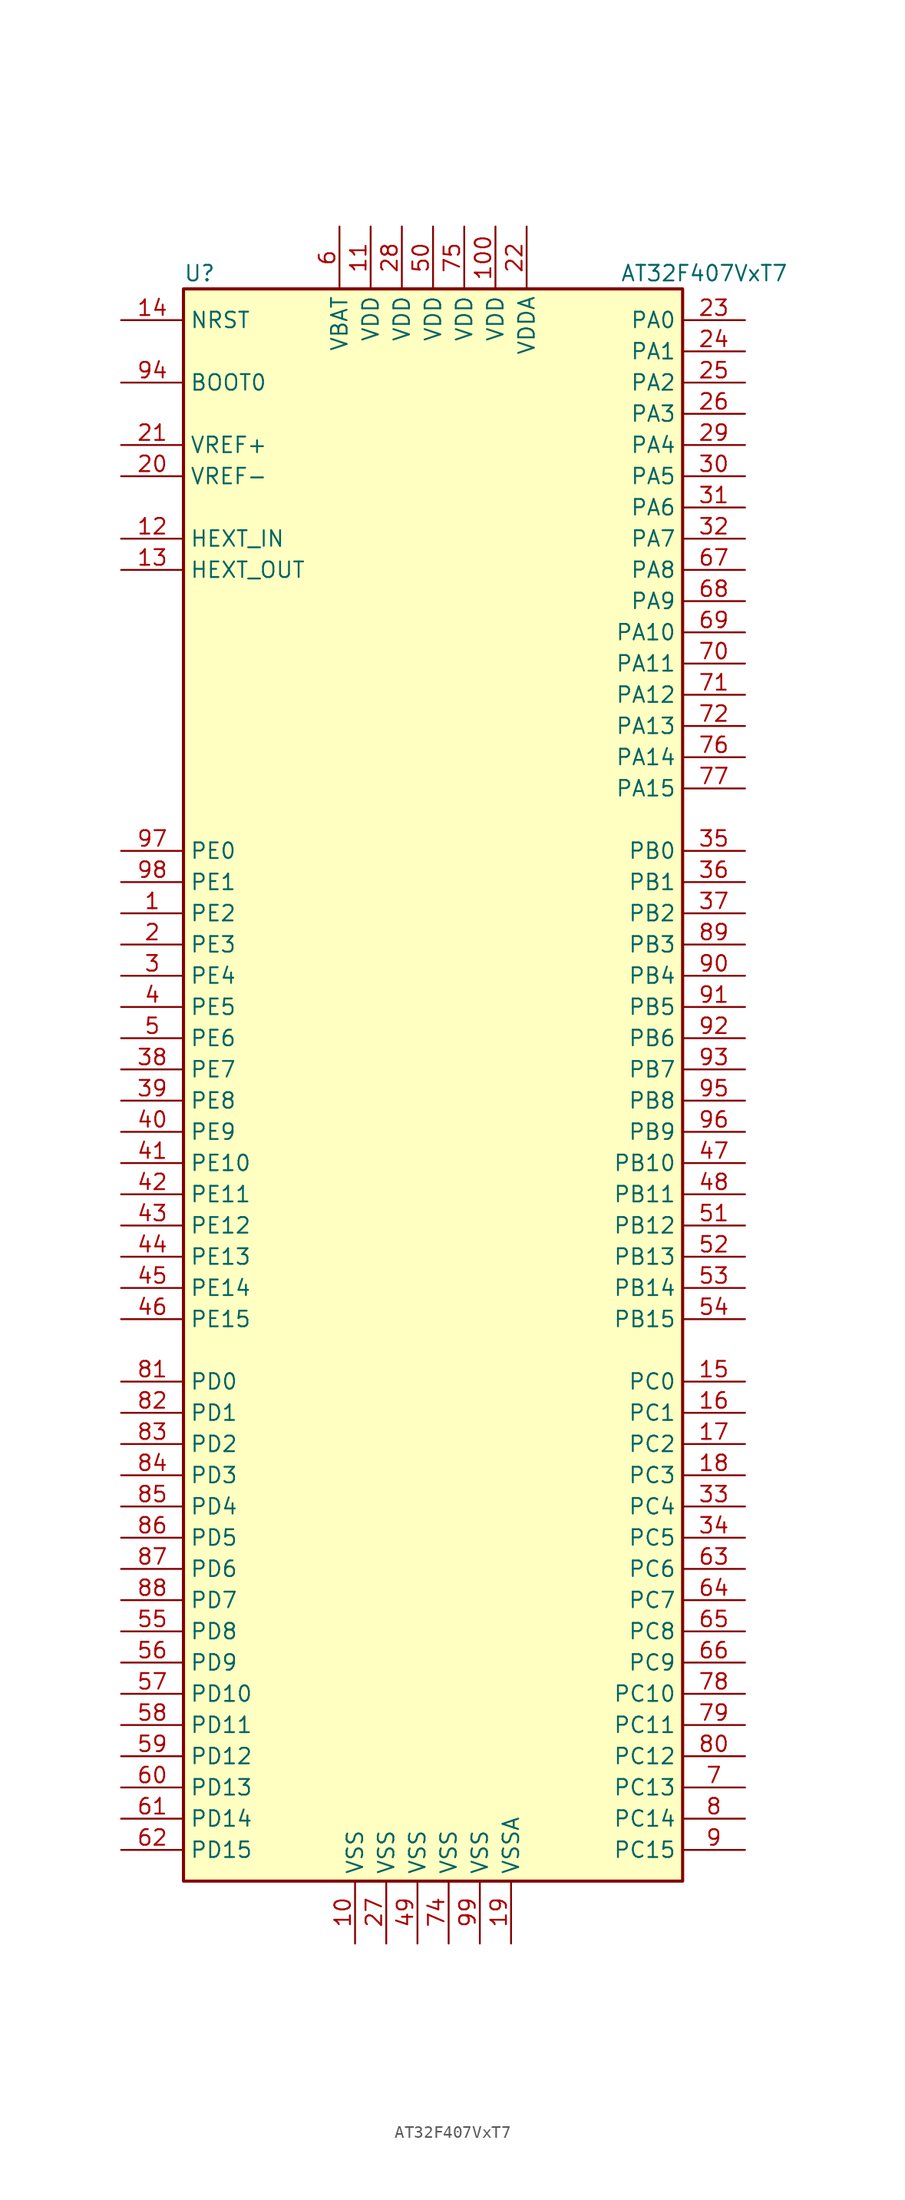
<source format=kicad_sym>
(kicad_symbol_lib
  (version 20220331)
  (generator kicad_symbol_editor)
  (symbol "AT32F407VxT7"
    (property "Reference" "U"
      (at -20.32 64.77 0)
      (effects (font (size 1.27 1.27)) (justify left)))
    (property "Value" "AT32F407VxT7"
      (at 15.24 64.77 0)
      (effects (font (size 1.27 1.27)) (justify left)))
    (symbol "AT32F407VxT7_0_1"
      (rectangle (start -20.32 63.5) (end 20.32 -66.04) (stroke (width 0.254) (type default)) (fill (type background))))
    (symbol "AT32F407VxT7_1_1"
      (pin bidirectional line (at -25.4 12.7 0) (length 5.08) (name "PE2" (effects (font (size 1.27 1.27)))) (number "1" (effects (font (size 1.27 1.27)))))
      (pin power_in line (at -6.35 -71.12 90) (length 5.08) (name "VSS" (effects (font (size 1.27 1.27)))) (number "10" (effects (font (size 1.27 1.27)))))
      (pin power_in line (at 5.08 68.58 270) (length 5.08) (name "VDD" (effects (font (size 1.27 1.27)))) (number "100" (effects (font (size 1.27 1.27)))))
      (pin power_in line (at -5.08 68.58 270) (length 5.08) (name "VDD" (effects (font (size 1.27 1.27)))) (number "11" (effects (font (size 1.27 1.27)))))
      (pin input line (at -25.4 43.18 0) (length 5.08) (name "HEXT_IN" (effects (font (size 1.27 1.27)))) (number "12" (effects (font (size 1.27 1.27)))))
      (pin input line (at -25.4 40.64 0) (length 5.08) (name "HEXT_OUT" (effects (font (size 1.27 1.27)))) (number "13" (effects (font (size 1.27 1.27)))))
      (pin input line (at -25.4 60.96 0) (length 5.08) (name "NRST" (effects (font (size 1.27 1.27)))) (number "14" (effects (font (size 1.27 1.27)))))
      (pin bidirectional line (at 25.4 -25.4 180) (length 5.08) (name "PC0" (effects (font (size 1.27 1.27)))) (number "15" (effects (font (size 1.27 1.27)))))
      (pin bidirectional line (at 25.4 -27.94 180) (length 5.08) (name "PC1" (effects (font (size 1.27 1.27)))) (number "16" (effects (font (size 1.27 1.27)))))
      (pin bidirectional line (at 25.4 -30.48 180) (length 5.08) (name "PC2" (effects (font (size 1.27 1.27)))) (number "17" (effects (font (size 1.27 1.27)))))
      (pin bidirectional line (at 25.4 -33.02 180) (length 5.08) (name "PC3" (effects (font (size 1.27 1.27)))) (number "18" (effects (font (size 1.27 1.27)))))
      (pin power_in line (at 6.35 -71.12 90) (length 5.08) (name "VSSA" (effects (font (size 1.27 1.27)))) (number "19" (effects (font (size 1.27 1.27)))))
      (pin bidirectional line (at -25.4 10.16 0) (length 5.08) (name "PE3" (effects (font (size 1.27 1.27)))) (number "2" (effects (font (size 1.27 1.27)))))
      (pin power_in line (at -25.4 48.26 0) (length 5.08) (name "VREF-" (effects (font (size 1.27 1.27)))) (number "20" (effects (font (size 1.27 1.27)))))
      (pin power_in line (at -25.4 50.8 0) (length 5.08) (name "VREF+" (effects (font (size 1.27 1.27)))) (number "21" (effects (font (size 1.27 1.27)))))
      (pin power_in line (at 7.62 68.58 270) (length 5.08) (name "VDDA" (effects (font (size 1.27 1.27)))) (number "22" (effects (font (size 1.27 1.27)))))
      (pin bidirectional line (at 25.4 60.96 180) (length 5.08) (name "PA0" (effects (font (size 1.27 1.27)))) (number "23" (effects (font (size 1.27 1.27)))))
      (pin bidirectional line (at 25.4 58.42 180) (length 5.08) (name "PA1" (effects (font (size 1.27 1.27)))) (number "24" (effects (font (size 1.27 1.27)))))
      (pin bidirectional line (at 25.4 55.88 180) (length 5.08) (name "PA2" (effects (font (size 1.27 1.27)))) (number "25" (effects (font (size 1.27 1.27)))))
      (pin bidirectional line (at 25.4 53.34 180) (length 5.08) (name "PA3" (effects (font (size 1.27 1.27)))) (number "26" (effects (font (size 1.27 1.27)))))
      (pin power_in line (at -3.81 -71.12 90) (length 5.08) (name "VSS" (effects (font (size 1.27 1.27)))) (number "27" (effects (font (size 1.27 1.27)))))
      (pin power_in line (at -2.54 68.58 270) (length 5.08) (name "VDD" (effects (font (size 1.27 1.27)))) (number "28" (effects (font (size 1.27 1.27)))))
      (pin bidirectional line (at 25.4 50.8 180) (length 5.08) (name "PA4" (effects (font (size 1.27 1.27)))) (number "29" (effects (font (size 1.27 1.27)))))
      (pin bidirectional line (at -25.4 7.62 0) (length 5.08) (name "PE4" (effects (font (size 1.27 1.27)))) (number "3" (effects (font (size 1.27 1.27)))))
      (pin bidirectional line (at 25.4 48.26 180) (length 5.08) (name "PA5" (effects (font (size 1.27 1.27)))) (number "30" (effects (font (size 1.27 1.27)))))
      (pin bidirectional line (at 25.4 45.72 180) (length 5.08) (name "PA6" (effects (font (size 1.27 1.27)))) (number "31" (effects (font (size 1.27 1.27)))))
      (pin bidirectional line (at 25.4 43.18 180) (length 5.08) (name "PA7" (effects (font (size 1.27 1.27)))) (number "32" (effects (font (size 1.27 1.27)))))
      (pin bidirectional line (at 25.4 -35.56 180) (length 5.08) (name "PC4" (effects (font (size 1.27 1.27)))) (number "33" (effects (font (size 1.27 1.27)))))
      (pin bidirectional line (at 25.4 -38.1 180) (length 5.08) (name "PC5" (effects (font (size 1.27 1.27)))) (number "34" (effects (font (size 1.27 1.27)))))
      (pin bidirectional line (at 25.4 17.78 180) (length 5.08) (name "PB0" (effects (font (size 1.27 1.27)))) (number "35" (effects (font (size 1.27 1.27)))))
      (pin bidirectional line (at 25.4 15.24 180) (length 5.08) (name "PB1" (effects (font (size 1.27 1.27)))) (number "36" (effects (font (size 1.27 1.27)))))
      (pin bidirectional line (at 25.4 12.7 180) (length 5.08) (name "PB2" (effects (font (size 1.27 1.27)))) (number "37" (effects (font (size 1.27 1.27)))))
      (pin bidirectional line (at -25.4 0 0) (length 5.08) (name "PE7" (effects (font (size 1.27 1.27)))) (number "38" (effects (font (size 1.27 1.27)))))
      (pin bidirectional line (at -25.4 -2.54 0) (length 5.08) (name "PE8" (effects (font (size 1.27 1.27)))) (number "39" (effects (font (size 1.27 1.27)))))
      (pin bidirectional line (at -25.4 5.08 0) (length 5.08) (name "PE5" (effects (font (size 1.27 1.27)))) (number "4" (effects (font (size 1.27 1.27)))))
      (pin bidirectional line (at -25.4 -5.08 0) (length 5.08) (name "PE9" (effects (font (size 1.27 1.27)))) (number "40" (effects (font (size 1.27 1.27)))))
      (pin bidirectional line (at -25.4 -7.62 0) (length 5.08) (name "PE10" (effects (font (size 1.27 1.27)))) (number "41" (effects (font (size 1.27 1.27)))))
      (pin bidirectional line (at -25.4 -10.16 0) (length 5.08) (name "PE11" (effects (font (size 1.27 1.27)))) (number "42" (effects (font (size 1.27 1.27)))))
      (pin bidirectional line (at -25.4 -12.7 0) (length 5.08) (name "PE12" (effects (font (size 1.27 1.27)))) (number "43" (effects (font (size 1.27 1.27)))))
      (pin bidirectional line (at -25.4 -15.24 0) (length 5.08) (name "PE13" (effects (font (size 1.27 1.27)))) (number "44" (effects (font (size 1.27 1.27)))))
      (pin bidirectional line (at -25.4 -17.78 0) (length 5.08) (name "PE14" (effects (font (size 1.27 1.27)))) (number "45" (effects (font (size 1.27 1.27)))))
      (pin bidirectional line (at -25.4 -20.32 0) (length 5.08) (name "PE15" (effects (font (size 1.27 1.27)))) (number "46" (effects (font (size 1.27 1.27)))))
      (pin bidirectional line (at 25.4 -7.62 180) (length 5.08) (name "PB10" (effects (font (size 1.27 1.27)))) (number "47" (effects (font (size 1.27 1.27)))))
      (pin bidirectional line (at 25.4 -10.16 180) (length 5.08) (name "PB11" (effects (font (size 1.27 1.27)))) (number "48" (effects (font (size 1.27 1.27)))))
      (pin power_in line (at -1.27 -71.12 90) (length 5.08) (name "VSS" (effects (font (size 1.27 1.27)))) (number "49" (effects (font (size 1.27 1.27)))))
      (pin bidirectional line (at -25.4 2.54 0) (length 5.08) (name "PE6" (effects (font (size 1.27 1.27)))) (number "5" (effects (font (size 1.27 1.27)))))
      (pin power_in line (at 0 68.58 270) (length 5.08) (name "VDD" (effects (font (size 1.27 1.27)))) (number "50" (effects (font (size 1.27 1.27)))))
      (pin bidirectional line (at 25.4 -12.7 180) (length 5.08) (name "PB12" (effects (font (size 1.27 1.27)))) (number "51" (effects (font (size 1.27 1.27)))))
      (pin bidirectional line (at 25.4 -15.24 180) (length 5.08) (name "PB13" (effects (font (size 1.27 1.27)))) (number "52" (effects (font (size 1.27 1.27)))))
      (pin bidirectional line (at 25.4 -17.78 180) (length 5.08) (name "PB14" (effects (font (size 1.27 1.27)))) (number "53" (effects (font (size 1.27 1.27)))))
      (pin bidirectional line (at 25.4 -20.32 180) (length 5.08) (name "PB15" (effects (font (size 1.27 1.27)))) (number "54" (effects (font (size 1.27 1.27)))))
      (pin bidirectional line (at -25.4 -45.72 0) (length 5.08) (name "PD8" (effects (font (size 1.27 1.27)))) (number "55" (effects (font (size 1.27 1.27)))))
      (pin bidirectional line (at -25.4 -48.26 0) (length 5.08) (name "PD9" (effects (font (size 1.27 1.27)))) (number "56" (effects (font (size 1.27 1.27)))))
      (pin bidirectional line (at -25.4 -50.8 0) (length 5.08) (name "PD10" (effects (font (size 1.27 1.27)))) (number "57" (effects (font (size 1.27 1.27)))))
      (pin bidirectional line (at -25.4 -53.34 0) (length 5.08) (name "PD11" (effects (font (size 1.27 1.27)))) (number "58" (effects (font (size 1.27 1.27)))))
      (pin bidirectional line (at -25.4 -55.88 0) (length 5.08) (name "PD12" (effects (font (size 1.27 1.27)))) (number "59" (effects (font (size 1.27 1.27)))))
      (pin power_in line (at -7.62 68.58 270) (length 5.08) (name "VBAT" (effects (font (size 1.27 1.27)))) (number "6" (effects (font (size 1.27 1.27)))))
      (pin bidirectional line (at -25.4 -58.42 0) (length 5.08) (name "PD13" (effects (font (size 1.27 1.27)))) (number "60" (effects (font (size 1.27 1.27)))))
      (pin bidirectional line (at -25.4 -60.96 0) (length 5.08) (name "PD14" (effects (font (size 1.27 1.27)))) (number "61" (effects (font (size 1.27 1.27)))))
      (pin bidirectional line (at -25.4 -63.5 0) (length 5.08) (name "PD15" (effects (font (size 1.27 1.27)))) (number "62" (effects (font (size 1.27 1.27)))))
      (pin bidirectional line (at 25.4 -40.64 180) (length 5.08) (name "PC6" (effects (font (size 1.27 1.27)))) (number "63" (effects (font (size 1.27 1.27)))))
      (pin bidirectional line (at 25.4 -43.18 180) (length 5.08) (name "PC7" (effects (font (size 1.27 1.27)))) (number "64" (effects (font (size 1.27 1.27)))))
      (pin bidirectional line (at 25.4 -45.72 180) (length 5.08) (name "PC8" (effects (font (size 1.27 1.27)))) (number "65" (effects (font (size 1.27 1.27)))))
      (pin bidirectional line (at 25.4 -48.26 180) (length 5.08) (name "PC9" (effects (font (size 1.27 1.27)))) (number "66" (effects (font (size 1.27 1.27)))))
      (pin bidirectional line (at 25.4 40.64 180) (length 5.08) (name "PA8" (effects (font (size 1.27 1.27)))) (number "67" (effects (font (size 1.27 1.27)))))
      (pin bidirectional line (at 25.4 38.1 180) (length 5.08) (name "PA9" (effects (font (size 1.27 1.27)))) (number "68" (effects (font (size 1.27 1.27)))))
      (pin bidirectional line (at 25.4 35.56 180) (length 5.08) (name "PA10" (effects (font (size 1.27 1.27)))) (number "69" (effects (font (size 1.27 1.27)))))
      (pin bidirectional line (at 25.4 -58.42 180) (length 5.08) (name "PC13" (effects (font (size 1.27 1.27)))) (number "7" (effects (font (size 1.27 1.27)))))
      (pin bidirectional line (at 25.4 33.02 180) (length 5.08) (name "PA11" (effects (font (size 1.27 1.27)))) (number "70" (effects (font (size 1.27 1.27)))))
      (pin bidirectional line (at 25.4 30.48 180) (length 5.08) (name "PA12" (effects (font (size 1.27 1.27)))) (number "71" (effects (font (size 1.27 1.27)))))
      (pin bidirectional line (at 25.4 27.94 180) (length 5.08) (name "PA13" (effects (font (size 1.27 1.27)))) (number "72" (effects (font (size 1.27 1.27)))))
      (pin no_connect line (at -25.4 25.4 0) (length 5.08) hide (name "NC" (effects (font (size 1.27 1.27)))) (number "73" (effects (font (size 1.27 1.27)))))
      (pin power_in line (at 1.27 -71.12 90) (length 5.08) (name "VSS" (effects (font (size 1.27 1.27)))) (number "74" (effects (font (size 1.27 1.27)))))
      (pin power_in line (at 2.54 68.58 270) (length 5.08) (name "VDD" (effects (font (size 1.27 1.27)))) (number "75" (effects (font (size 1.27 1.27)))))
      (pin bidirectional line (at 25.4 25.4 180) (length 5.08) (name "PA14" (effects (font (size 1.27 1.27)))) (number "76" (effects (font (size 1.27 1.27)))))
      (pin bidirectional line (at 25.4 22.86 180) (length 5.08) (name "PA15" (effects (font (size 1.27 1.27)))) (number "77" (effects (font (size 1.27 1.27)))))
      (pin bidirectional line (at 25.4 -50.8 180) (length 5.08) (name "PC10" (effects (font (size 1.27 1.27)))) (number "78" (effects (font (size 1.27 1.27)))))
      (pin bidirectional line (at 25.4 -53.34 180) (length 5.08) (name "PC11" (effects (font (size 1.27 1.27)))) (number "79" (effects (font (size 1.27 1.27)))))
      (pin bidirectional line (at 25.4 -60.96 180) (length 5.08) (name "PC14" (effects (font (size 1.27 1.27)))) (number "8" (effects (font (size 1.27 1.27)))))
      (pin bidirectional line (at 25.4 -55.88 180) (length 5.08) (name "PC12" (effects (font (size 1.27 1.27)))) (number "80" (effects (font (size 1.27 1.27)))))
      (pin bidirectional line (at -25.4 -25.4 0) (length 5.08) (name "PD0" (effects (font (size 1.27 1.27)))) (number "81" (effects (font (size 1.27 1.27)))))
      (pin bidirectional line (at -25.4 -27.94 0) (length 5.08) (name "PD1" (effects (font (size 1.27 1.27)))) (number "82" (effects (font (size 1.27 1.27)))))
      (pin bidirectional line (at -25.4 -30.48 0) (length 5.08) (name "PD2" (effects (font (size 1.27 1.27)))) (number "83" (effects (font (size 1.27 1.27)))))
      (pin bidirectional line (at -25.4 -33.02 0) (length 5.08) (name "PD3" (effects (font (size 1.27 1.27)))) (number "84" (effects (font (size 1.27 1.27)))))
      (pin bidirectional line (at -25.4 -35.56 0) (length 5.08) (name "PD4" (effects (font (size 1.27 1.27)))) (number "85" (effects (font (size 1.27 1.27)))))
      (pin bidirectional line (at -25.4 -38.1 0) (length 5.08) (name "PD5" (effects (font (size 1.27 1.27)))) (number "86" (effects (font (size 1.27 1.27)))))
      (pin bidirectional line (at -25.4 -40.64 0) (length 5.08) (name "PD6" (effects (font (size 1.27 1.27)))) (number "87" (effects (font (size 1.27 1.27)))))
      (pin bidirectional line (at -25.4 -43.18 0) (length 5.08) (name "PD7" (effects (font (size 1.27 1.27)))) (number "88" (effects (font (size 1.27 1.27)))))
      (pin bidirectional line (at 25.4 10.16 180) (length 5.08) (name "PB3" (effects (font (size 1.27 1.27)))) (number "89" (effects (font (size 1.27 1.27)))))
      (pin bidirectional line (at 25.4 -63.5 180) (length 5.08) (name "PC15" (effects (font (size 1.27 1.27)))) (number "9" (effects (font (size 1.27 1.27)))))
      (pin bidirectional line (at 25.4 7.62 180) (length 5.08) (name "PB4" (effects (font (size 1.27 1.27)))) (number "90" (effects (font (size 1.27 1.27)))))
      (pin bidirectional line (at 25.4 5.08 180) (length 5.08) (name "PB5" (effects (font (size 1.27 1.27)))) (number "91" (effects (font (size 1.27 1.27)))))
      (pin bidirectional line (at 25.4 2.54 180) (length 5.08) (name "PB6" (effects (font (size 1.27 1.27)))) (number "92" (effects (font (size 1.27 1.27)))))
      (pin bidirectional line (at 25.4 0 180) (length 5.08) (name "PB7" (effects (font (size 1.27 1.27)))) (number "93" (effects (font (size 1.27 1.27)))))
      (pin input line (at -25.4 55.88 0) (length 5.08) (name "BOOT0" (effects (font (size 1.27 1.27)))) (number "94" (effects (font (size 1.27 1.27)))))
      (pin bidirectional line (at 25.4 -2.54 180) (length 5.08) (name "PB8" (effects (font (size 1.27 1.27)))) (number "95" (effects (font (size 1.27 1.27)))))
      (pin bidirectional line (at 25.4 -5.08 180) (length 5.08) (name "PB9" (effects (font (size 1.27 1.27)))) (number "96" (effects (font (size 1.27 1.27)))))
      (pin bidirectional line (at -25.4 17.78 0) (length 5.08) (name "PE0" (effects (font (size 1.27 1.27)))) (number "97" (effects (font (size 1.27 1.27)))))
      (pin bidirectional line (at -25.4 15.24 0) (length 5.08) (name "PE1" (effects (font (size 1.27 1.27)))) (number "98" (effects (font (size 1.27 1.27)))))
      (pin power_in line (at 3.81 -71.12 90) (length 5.08) (name "VSS" (effects (font (size 1.27 1.27)))) (number "99" (effects (font (size 1.27 1.27))))))))
</source>
